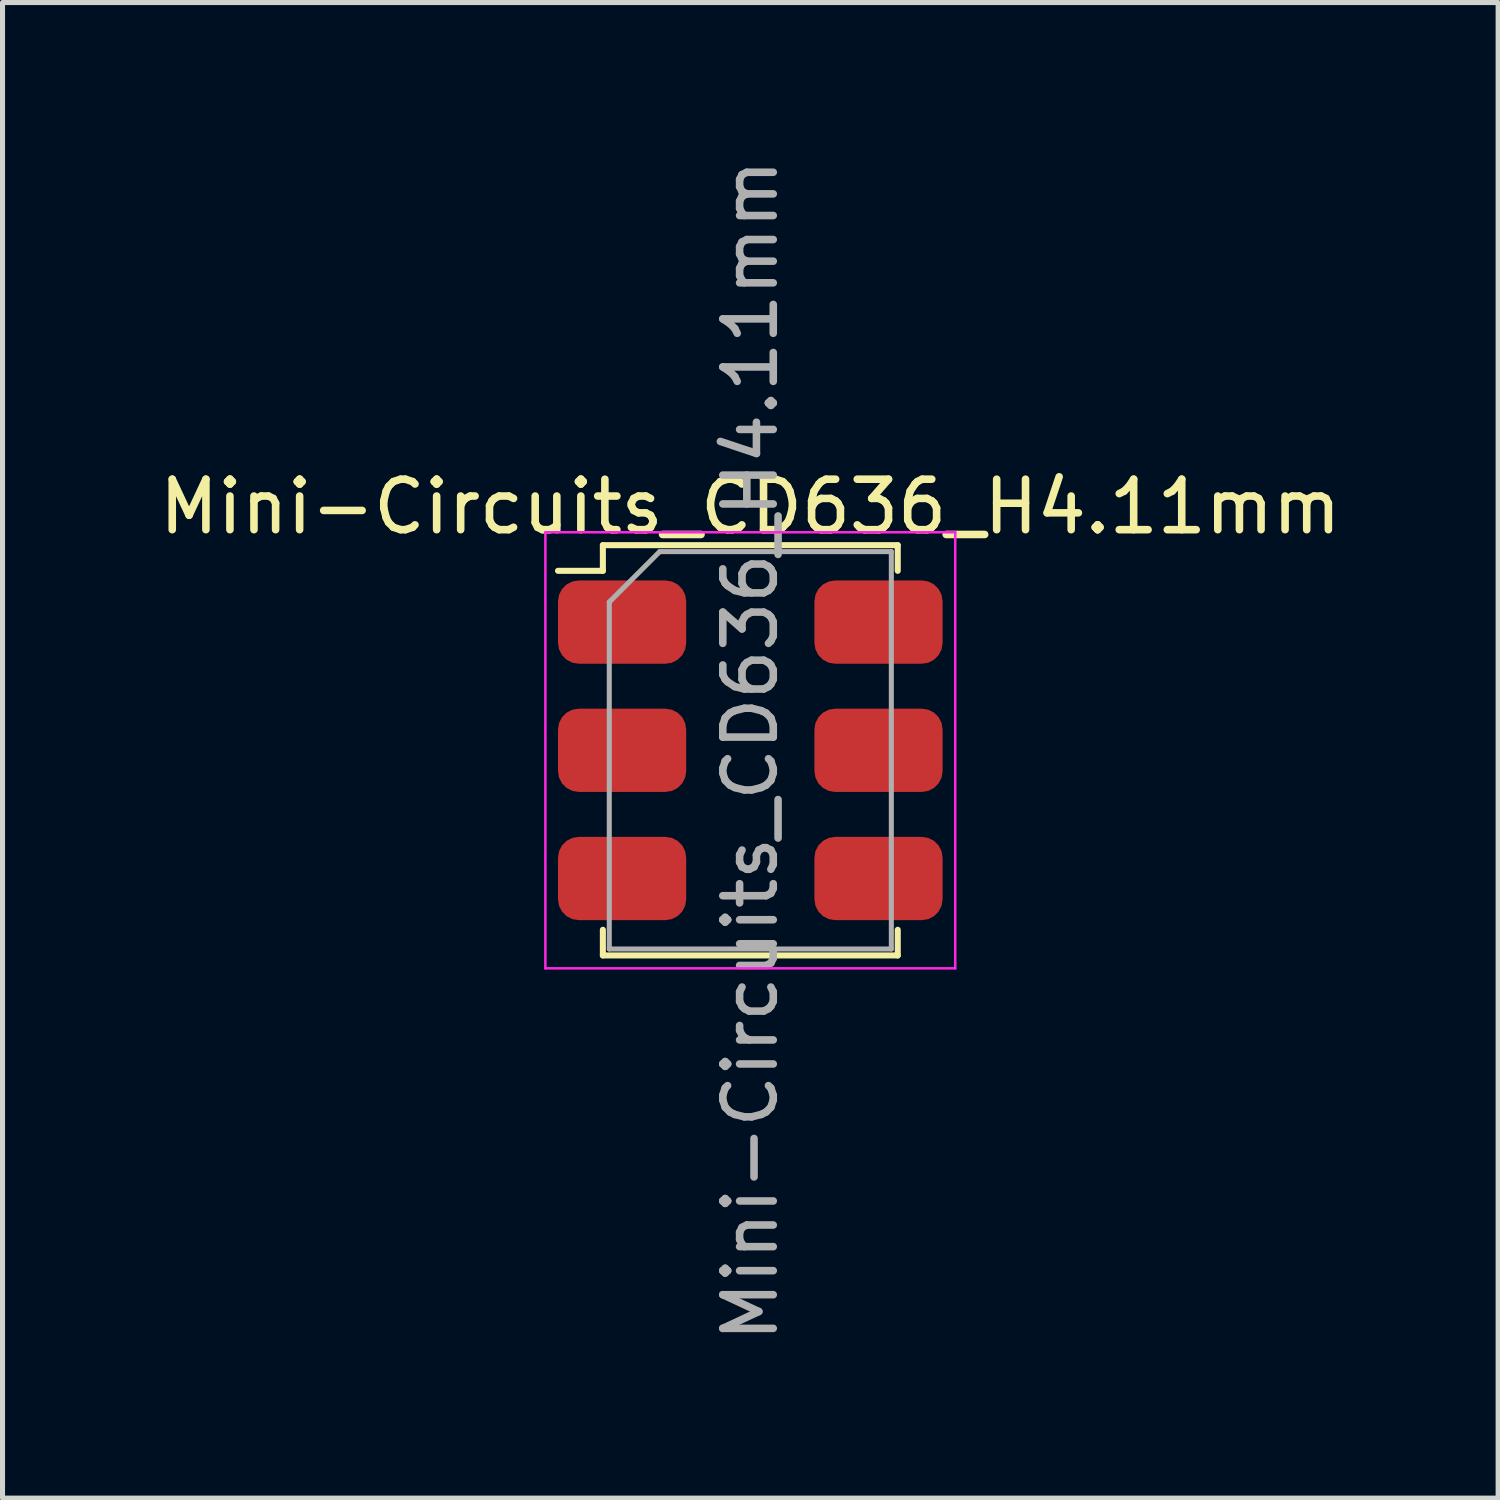
<source format=kicad_pcb>
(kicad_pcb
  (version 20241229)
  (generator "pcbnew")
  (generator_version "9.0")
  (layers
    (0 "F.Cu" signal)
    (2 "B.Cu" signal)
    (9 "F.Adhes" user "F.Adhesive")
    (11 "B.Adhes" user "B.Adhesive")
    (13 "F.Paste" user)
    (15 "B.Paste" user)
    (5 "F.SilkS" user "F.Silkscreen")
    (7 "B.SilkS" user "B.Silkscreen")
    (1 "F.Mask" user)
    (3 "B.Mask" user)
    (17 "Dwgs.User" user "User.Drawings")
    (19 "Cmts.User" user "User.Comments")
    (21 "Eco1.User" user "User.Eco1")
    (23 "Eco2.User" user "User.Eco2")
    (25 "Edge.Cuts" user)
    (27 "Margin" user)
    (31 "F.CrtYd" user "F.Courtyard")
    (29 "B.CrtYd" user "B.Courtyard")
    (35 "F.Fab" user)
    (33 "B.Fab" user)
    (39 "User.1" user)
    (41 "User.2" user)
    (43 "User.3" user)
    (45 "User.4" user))
  (footprint "Mini-Circuits_CD636_H4.11mm"
    (layer "F.Cu")
    (at 11.815 11.815)
    (property "Reference" "Mini-Circuits_CD636_H4.11mm" (at 0 -4.826 0) (layer "F.SilkS") (effects (font (size 1 1) (thickness 0.15))))
    (attr smd)
    (fp_line (start -2.921 -4.064) (end -2.921 -3.556) (stroke (width 0.12) (type solid)) (layer "F.SilkS"))
    (fp_line (start -2.921 -3.556) (end -3.81 -3.556) (stroke (width 0.12) (type solid)) (layer "F.SilkS"))
    (fp_line (start -2.921 3.556) (end -2.921 4.064) (stroke (width 0.12) (type solid)) (layer "F.SilkS"))
    (fp_line (start -2.921 4.064) (end 2.921 4.064) (stroke (width 0.12) (type solid)) (layer "F.SilkS"))
    (fp_line (start 2.921 -4.064) (end -2.921 -4.064) (stroke (width 0.12) (type solid)) (layer "F.SilkS"))
    (fp_line (start 2.921 -3.556) (end 2.921 -4.064) (stroke (width 0.12) (type solid)) (layer "F.SilkS"))
    (fp_line (start 2.921 4.064) (end 2.921 3.556) (stroke (width 0.12) (type solid)) (layer "F.SilkS"))
    (fp_line (start -4.06 4.32) (end -4.06 -4.32) (stroke (width 0.05) (type solid)) (layer "F.CrtYd"))
    (fp_line (start 4.06 -4.32) (end -4.06 -4.32) (stroke (width 0.05) (type solid)) (layer "F.CrtYd"))
    (fp_line (start 4.06 4.32) (end -4.06 4.32) (stroke (width 0.05) (type solid)) (layer "F.CrtYd"))
    (fp_line (start 4.06 4.32) (end 4.06 -4.32) (stroke (width 0.05) (type solid)) (layer "F.CrtYd"))
    (fp_line (start -2.794 3.937) (end -2.794 -2.937) (stroke (width 0.1) (type solid)) (layer "F.Fab"))
    (fp_line (start -1.794 -3.937) (end -2.794 -2.937) (stroke (width 0.1) (type solid)) (layer "F.Fab"))
    (fp_line (start -1.794 -3.937) (end 2.794 -3.937) (stroke (width 0.1) (type solid)) (layer "F.Fab"))
    (fp_line (start 2.794 -3.937) (end 2.794 3.937) (stroke (width 0.1) (type solid)) (layer "F.Fab"))
    (fp_line (start 2.794 3.937) (end -2.794 3.937) (stroke (width 0.1) (type solid)) (layer "F.Fab"))
    (fp_text user "${REFERENCE}" (at 0 0 90) (layer "F.Fab") (effects (font (size 1 1) (thickness 0.15))))
    (pad "1" smd roundrect (at -2.54 -2.54) (size 2.54 1.65) (layers "F.Cu" "F.Mask" "F.Paste") (roundrect_rratio 0.25))
    (pad "2" smd roundrect (at -2.54 0) (size 2.54 1.65) (layers "F.Cu" "F.Mask" "F.Paste") (roundrect_rratio 0.25))
    (pad "3" smd roundrect (at -2.54 2.54) (size 2.54 1.65) (layers "F.Cu" "F.Mask" "F.Paste") (roundrect_rratio 0.25))
    (pad "4" smd roundrect (at 2.54 2.54) (size 2.54 1.65) (layers "F.Cu" "F.Mask" "F.Paste") (roundrect_rratio 0.25))
    (pad "5" smd roundrect (at 2.54 0) (size 2.54 1.65) (layers "F.Cu" "F.Mask" "F.Paste") (roundrect_rratio 0.25))
    (pad "6" smd roundrect (at 2.54 -2.54) (size 2.54 1.65) (layers "F.Cu" "F.Mask" "F.Paste") (roundrect_rratio 0.25)))
  (gr_rect
    (start -3 -3)
    (end 26.631 26.631)
    (stroke (width 0.1) (type default))
    (fill no)
    (layer "Edge.Cuts")))
</source>
